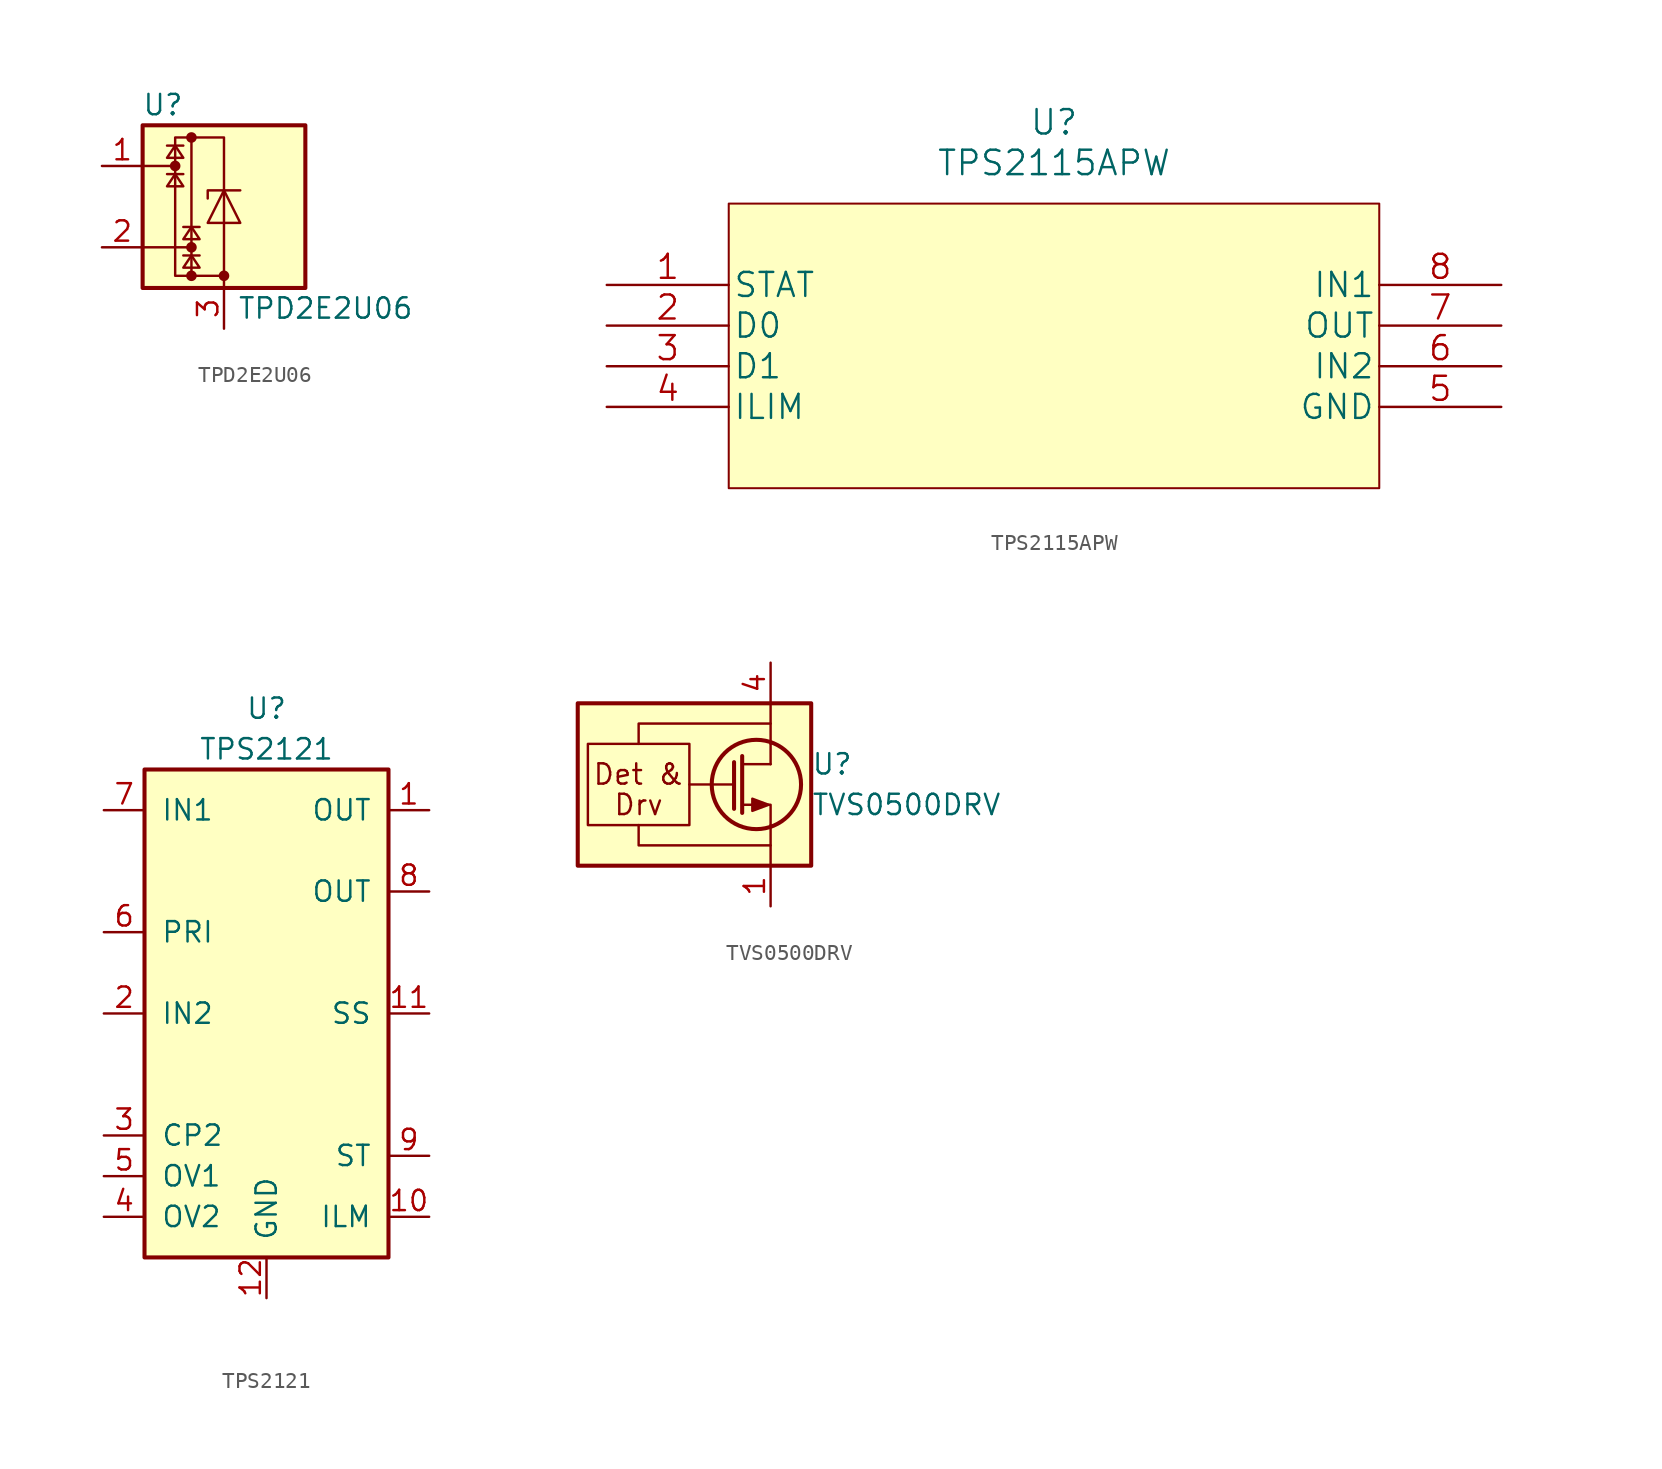
<source format=kicad_sym>
(kicad_symbol_lib
  (version 20211014)
  (generator kicad_symbol_editor)
  (symbol "TPD2E2U06"
    (property "Reference" "U"
      (at -3.81 6.35 0)
      (effects (font (size 1.27 1.27))))
    (property "Value" "TPD2E2U06"
      (at 6.35 -6.35 0)
      (effects (font (size 1.27 1.27))))
    (symbol "TPD2E2U06_0_1"
      (rectangle (start -5.08 5.08) (end 5.08 -5.08) (stroke (width 0.254) (type default) (color 0 0 0 0)) (fill (type background)))
      (circle (center -3.048 2.54) (radius 0.254) (stroke (width 0)) (stroke (width 0) (type default) (color 0 0 0 0)) (fill (type outline)))
      (rectangle (start -3.048 4.318) (end 0 -4.318) (stroke (width 0) (type default) (color 0 0 0 0)) (fill (type none)))
      (circle (center -2.032 -4.318) (radius 0.254) (stroke (width 0)) (stroke (width 0) (type default) (color 0 0 0 0)) (fill (type outline)))
      (circle (center -2.032 -2.54) (radius 0.254) (stroke (width 0)) (stroke (width 0) (type default) (color 0 0 0 0)) (fill (type outline)))
      (circle (center -2.032 4.318) (radius 0.254) (stroke (width 0)) (stroke (width 0) (type default) (color 0 0 0 0)) (fill (type outline)))
      (circle (center 0 -4.318) (radius 0.254) (stroke (width 0)) (stroke (width 0) (type default) (color 0 0 0 0)) (fill (type outline)))
      (polyline (pts (xy -3.048 2.54) (xy -5.08 2.54)) (stroke (width 0) (type default) (color 0 0 0 0)) (fill (type none)))
      (polyline (pts (xy -2.54 2.032) (xy -3.556 2.032)) (stroke (width 0) (type default) (color 0 0 0 0)) (fill (type none)))
      (polyline (pts (xy -2.54 3.81) (xy -3.556 3.81)) (stroke (width 0) (type default) (color 0 0 0 0)) (fill (type none)))
      (polyline (pts (xy -2.032 -4.318) (xy -2.032 4.318)) (stroke (width 0) (type default) (color 0 0 0 0)) (fill (type none)))
      (polyline (pts (xy -2.032 -2.54) (xy -5.08 -2.54)) (stroke (width 0) (type default) (color 0 0 0 0)) (fill (type none)))
      (polyline (pts (xy -1.524 -3.048) (xy -2.54 -3.048)) (stroke (width 0) (type default) (color 0 0 0 0)) (fill (type none)))
      (polyline (pts (xy -1.524 -1.27) (xy -2.54 -1.27)) (stroke (width 0) (type default) (color 0 0 0 0)) (fill (type none)))
      (polyline (pts (xy 0 -4.318) (xy 0 -5.08)) (stroke (width 0) (type default) (color 0 0 0 0)) (fill (type none)))
      (polyline (pts (xy 1.016 1.016) (xy -1.016 1.016) (xy -1.016 0.508)) (stroke (width 0) (type default) (color 0 0 0 0)) (fill (type none)))
      (polyline (pts (xy -3.048 2.032) (xy -3.556 1.27) (xy -2.54 1.27) (xy -3.048 2.032)) (stroke (width 0) (type default) (color 0 0 0 0)) (fill (type none)))
      (polyline (pts (xy -3.048 3.81) (xy -3.556 3.048) (xy -2.54 3.048) (xy -3.048 3.81)) (stroke (width 0) (type default) (color 0 0 0 0)) (fill (type none)))
      (polyline (pts (xy -2.032 -3.048) (xy -2.54 -3.81) (xy -1.524 -3.81) (xy -2.032 -3.048)) (stroke (width 0) (type default) (color 0 0 0 0)) (fill (type none)))
      (polyline (pts (xy -2.032 -1.27) (xy -2.54 -2.032) (xy -1.524 -2.032) (xy -2.032 -1.27)) (stroke (width 0) (type default) (color 0 0 0 0)) (fill (type none)))
      (polyline (pts (xy 0 1.016) (xy 1.016 -1.016) (xy -1.016 -1.016) (xy 0 1.016)) (stroke (width 0) (type default) (color 0 0 0 0)) (fill (type none))))
    (symbol "TPD2E2U06_1_1"
      (pin passive line (at -7.62 2.54 0) (length 2.54) (name "~" (effects (font (size 1.27 1.27)))) (number "1" (effects (font (size 1.27 1.27)))))
      (pin passive line (at -7.62 -2.54 0) (length 2.54) (name "~" (effects (font (size 1.27 1.27)))) (number "2" (effects (font (size 1.27 1.27)))))
      (pin passive line (at 0 -7.62 90) (length 2.54) (name "~" (effects (font (size 1.27 1.27)))) (number "3" (effects (font (size 1.27 1.27)))))))
  (symbol "TPS2115APW"
    (pin_names
      (offset 0.254))
    (property "Reference" "U"
      (at 27.94 10.16 0)
      (effects (font (size 1.524 1.524))))
    (property "Value" "TPS2115APW"
      (at 27.94 7.62 0)
      (effects (font (size 1.524 1.524))))
    (property "Datasheet" ""
      (at 0 0 0)
      (effects (font (size 1.524 1.524))))
    (symbol "TPS2115APW_1_1"
      (rectangle (start 7.62 5.08) (end 48.26 -12.7) (stroke (width 0.127) (type default) (color 0 0 0 0)) (fill (type background)))
      (pin output line (at 0 0 0) (length 7.62) (name "STAT" (effects (font (size 1.499 1.499)))) (number "1" (effects (font (size 1.499 1.499)))))
      (pin input line (at 0 -2.54 0) (length 7.62) (name "D0" (effects (font (size 1.499 1.499)))) (number "2" (effects (font (size 1.499 1.499)))))
      (pin input line (at 0 -5.08 0) (length 7.62) (name "D1" (effects (font (size 1.499 1.499)))) (number "3" (effects (font (size 1.499 1.499)))))
      (pin input line (at 0 -7.62 0) (length 7.62) (name "ILIM" (effects (font (size 1.499 1.499)))) (number "4" (effects (font (size 1.499 1.499)))))
      (pin power_in line (at 55.88 -7.62 180) (length 7.62) (name "GND" (effects (font (size 1.499 1.499)))) (number "5" (effects (font (size 1.499 1.499)))))
      (pin input line (at 55.88 -5.08 180) (length 7.62) (name "IN2" (effects (font (size 1.499 1.499)))) (number "6" (effects (font (size 1.499 1.499)))))
      (pin output line (at 55.88 -2.54 180) (length 7.62) (name "OUT" (effects (font (size 1.499 1.499)))) (number "7" (effects (font (size 1.499 1.499)))))
      (pin input line (at 55.88 0 180) (length 7.62) (name "IN1" (effects (font (size 1.499 1.499)))) (number "8" (effects (font (size 1.499 1.499)))))))
  (symbol "TPS2121"
    (pin_names
      (offset 1.016))
    (property "Reference" "U"
      (at 0 20.32 0)
      (effects (font (size 1.27 1.27))))
    (property "Value" "TPS2121"
      (at 0 17.78 0)
      (effects (font (size 1.27 1.27))))
    (symbol "TPS2121_0_1"
      (rectangle (start -7.62 16.51) (end 7.62 -13.97) (stroke (width 0.254) (type default) (color 0 0 0 0)) (fill (type background)))
      (rectangle (start -6.35 16.51) (end -6.35 16.51) (stroke (width 0) (type default) (color 0 0 0 0)) (fill (type none))))
    (symbol "TPS2121_1_1"
      (pin power_out line (at 10.16 13.97 180) (length 2.54) (name "OUT" (effects (font (size 1.27 1.27)))) (number "1" (effects (font (size 1.27 1.27)))))
      (pin output line (at 10.16 -11.43 180) (length 2.54) (name "ILM" (effects (font (size 1.27 1.27)))) (number "10" (effects (font (size 1.27 1.27)))))
      (pin output line (at 10.16 1.27 180) (length 2.54) (name "SS" (effects (font (size 1.27 1.27)))) (number "11" (effects (font (size 1.27 1.27)))))
      (pin power_in line (at 0 -16.51 90) (length 2.54) (name "GND" (effects (font (size 1.27 1.27)))) (number "12" (effects (font (size 1.27 1.27)))))
      (pin power_in line (at -10.16 1.27 0) (length 2.54) (name "IN2" (effects (font (size 1.27 1.27)))) (number "2" (effects (font (size 1.27 1.27)))))
      (pin input line (at -10.16 -6.35 0) (length 2.54) (name "CP2" (effects (font (size 1.27 1.27)))) (number "3" (effects (font (size 1.27 1.27)))))
      (pin input line (at -10.16 -11.43 0) (length 2.54) (name "OV2" (effects (font (size 1.27 1.27)))) (number "4" (effects (font (size 1.27 1.27)))))
      (pin input line (at -10.16 -8.89 0) (length 2.54) (name "OV1" (effects (font (size 1.27 1.27)))) (number "5" (effects (font (size 1.27 1.27)))))
      (pin input line (at -10.16 6.35 0) (length 2.54) (name "PRI" (effects (font (size 1.27 1.27)))) (number "6" (effects (font (size 1.27 1.27)))))
      (pin power_in line (at -10.16 13.97 0) (length 2.54) (name "IN1" (effects (font (size 1.27 1.27)))) (number "7" (effects (font (size 1.27 1.27)))))
      (pin input line (at 10.16 8.89 180) (length 2.54) (name "OUT" (effects (font (size 1.27 1.27)))) (number "8" (effects (font (size 1.27 1.27)))))
      (pin output line (at 10.16 -7.62 180) (length 2.54) (name "ST" (effects (font (size 1.27 1.27)))) (number "9" (effects (font (size 1.27 1.27)))))))
  (symbol "TVS0500DRV"
    (pin_names
      (offset 0) hide)
    (property "Reference" "U"
      (at 2.54 1.27 0)
      (effects (font (size 1.27 1.27)) (justify left)))
    (property "Value" "TVS0500DRV"
      (at 2.54 -1.27 0)
      (effects (font (size 1.27 1.27)) (justify left)))
    (symbol "TVS0500DRV_0_0"
      (rectangle (start -11.43 2.54) (end -5.08 -2.54) (stroke (width 0) (type default) (color 0 0 0 0)) (fill (type none)))
      (polyline (pts (xy 0 1.27) (xy -1.778 1.27)) (stroke (width 0) (type default) (color 0 0 0 0)) (fill (type none)))
      (polyline (pts (xy -8.255 -2.54) (xy -8.255 -3.81) (xy 0 -3.81)) (stroke (width 0) (type default) (color 0 0 0 0)) (fill (type none)))
      (polyline (pts (xy -8.255 2.54) (xy -8.255 3.81) (xy 0 3.81)) (stroke (width 0) (type default) (color 0 0 0 0)) (fill (type none)))
      (text "Det &" (at -8.255 0.635 0) (effects (font (size 1.27 1.27))))
      (text "Drv" (at -8.255 -1.27 0) (effects (font (size 1.27 1.27)))))
    (symbol "TVS0500DRV_0_1"
      (rectangle (start -12.065 5.08) (end 2.54 -5.08) (stroke (width 0.254) (type default) (color 0 0 0 0)) (fill (type background)))
      (circle (center -0.889 0) (radius 2.794) (stroke (width 0.254)) (stroke (width 0.254) (type default) (color 0 0 0 0)) (fill (type none)))
      (polyline (pts (xy -2.286 0) (xy -5.08 0)) (stroke (width 0) (type default) (color 0 0 0 0)) (fill (type none)))
      (polyline (pts (xy -2.286 1.397) (xy -2.286 -1.524)) (stroke (width 0.254) (type default) (color 0 0 0 0)) (fill (type none)))
      (polyline (pts (xy -1.778 1.778) (xy -1.778 -1.778)) (stroke (width 0.254) (type default) (color 0 0 0 0)) (fill (type none)))
      (polyline (pts (xy 0 -2.54) (xy 0 -5.08)) (stroke (width 0) (type default) (color 0 0 0 0)) (fill (type none)))
      (polyline (pts (xy 0 2.54) (xy 0 1.27)) (stroke (width 0) (type default) (color 0 0 0 0)) (fill (type none)))
      (polyline (pts (xy 0 5.08) (xy 0 2.54)) (stroke (width 0) (type default) (color 0 0 0 0)) (fill (type none)))
      (polyline (pts (xy 0 -2.54) (xy 0 -1.27) (xy -1.778 -1.27)) (stroke (width 0) (type default) (color 0 0 0 0)) (fill (type none)))
      (polyline (pts (xy -0.127 -1.27) (xy -1.143 -1.651) (xy -1.143 -0.889) (xy -0.127 -1.27)) (stroke (width 0) (type default) (color 0 0 0 0)) (fill (type outline))))
    (symbol "TVS0500DRV_1_1"
      (pin power_in line (at 0 -7.62 90) (length 2.54) (name "GND" (effects (font (size 1.27 1.27)))) (number "1" (effects (font (size 1.27 1.27)))))
      (pin input line (at 0 -7.62 90) (length 2.54) hide (name "GND" (effects (font (size 1.27 1.27)))) (number "2" (effects (font (size 1.27 1.27)))))
      (pin input line (at 0 -7.62 90) (length 2.54) hide (name "GND" (effects (font (size 1.27 1.27)))) (number "3" (effects (font (size 1.27 1.27)))))
      (pin passive line (at 0 7.62 270) (length 2.54) (name "IN" (effects (font (size 1.27 1.27)))) (number "4" (effects (font (size 1.27 1.27)))))
      (pin passive line (at 0 7.62 270) (length 2.54) hide (name "IN" (effects (font (size 1.27 1.27)))) (number "5" (effects (font (size 1.27 1.27)))))
      (pin passive line (at 0 7.62 270) (length 2.54) hide (name "IN" (effects (font (size 1.27 1.27)))) (number "6" (effects (font (size 1.27 1.27)))))
      (pin input line (at 0 -7.62 90) (length 2.54) hide (name "GND" (effects (font (size 1.27 1.27)))) (number "7" (effects (font (size 1.27 1.27))))))))
</source>
